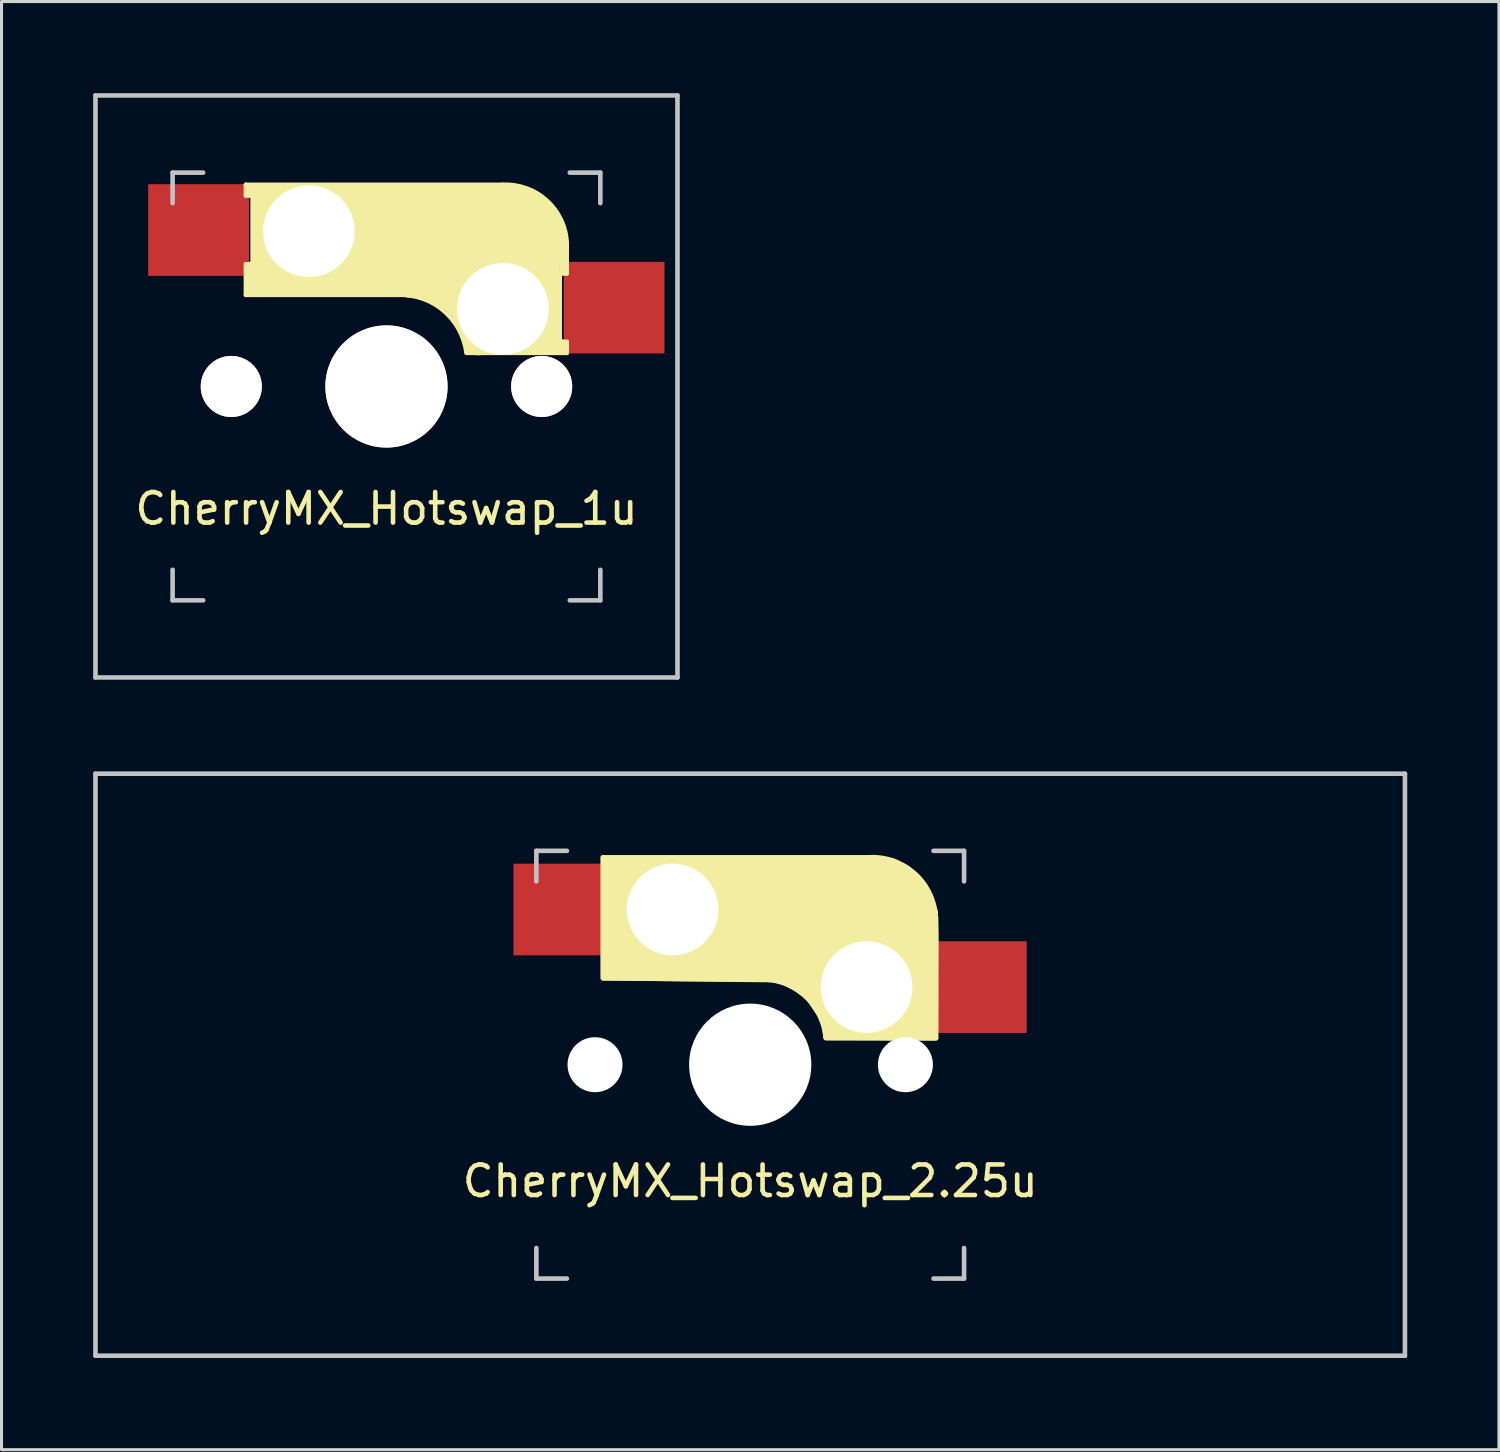
<source format=kicad_pcb>
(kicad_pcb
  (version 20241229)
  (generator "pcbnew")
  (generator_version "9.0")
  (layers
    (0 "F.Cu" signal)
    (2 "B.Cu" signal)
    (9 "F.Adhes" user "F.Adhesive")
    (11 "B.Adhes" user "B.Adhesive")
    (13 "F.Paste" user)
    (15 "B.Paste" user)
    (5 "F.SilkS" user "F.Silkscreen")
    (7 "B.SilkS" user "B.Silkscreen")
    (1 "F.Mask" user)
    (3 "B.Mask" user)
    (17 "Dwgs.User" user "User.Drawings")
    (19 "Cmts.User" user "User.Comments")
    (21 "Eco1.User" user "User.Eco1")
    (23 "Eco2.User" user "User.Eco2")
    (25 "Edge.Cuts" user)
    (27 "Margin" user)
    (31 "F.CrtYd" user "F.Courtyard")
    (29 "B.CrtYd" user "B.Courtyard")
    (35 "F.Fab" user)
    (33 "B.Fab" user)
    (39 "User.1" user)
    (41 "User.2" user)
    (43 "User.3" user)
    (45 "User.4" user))
  (footprint "CherryMX_Hotswap_2.25u"
    (layer "F.Cu")
    (at 21.506 31.8)
    (property "Reference" "CherryMX_Hotswap_2.25u" (at 0 3.81 0) (layer "F.SilkS") (effects (font (size 1 1) (thickness 0.15))))
    (attr smd)
    (fp_line (start -4.82 -6.784) (end -4.82 -2.876) (stroke (width 0.15) (type solid)) (layer "F.SilkS"))
    (fp_line (start 0.23 -2.784) (end -4.82 -2.83) (stroke (width 0.15) (type solid)) (layer "F.SilkS"))
    (fp_line (start 2.47 -0.876) (end 6.08 -0.876) (stroke (width 0.15) (type solid)) (layer "F.SilkS"))
    (fp_line (start 3.805 -6.784) (end -4.82 -6.784) (stroke (width 0.15) (type solid)) (layer "F.SilkS"))
    (fp_line (start 6.08 -0.885) (end 6.08 -4.83) (stroke (width 0.15) (type solid)) (layer "F.SilkS"))
    (fp_arc (start 0.205 -2.78) (mid 1.724361 -2.308061) (end 2.465 -0.9) (stroke (width 0.15) (type solid)) (layer "F.SilkS"))
    (fp_arc (start 3.805 -6.784) (mid 5.327189 -6.31089) (end 6.069 -4.9) (stroke (width 0.15) (type solid)) (layer "F.SilkS"))
    (fp_poly (pts (xy 6.08 -0.86) (xy 2.48 -0.87) (xy 2.42 -1.27) (xy 2.27 -1.62) (xy 1.89 -2.19) (xy 1.48 -2.49) (xy 1.12 -2.68) (xy 0.78 -2.77) (xy -4.82 -2.83) (xy -4.82 -6.78) (xy 4 -6.78) (xy 4.68 -6.68) (xy 5.13 -6.45) (xy 5.52 -6.12) (xy 5.84 -5.65) (xy 6.07 -5.01) (xy 6.09 -4.22)) (stroke (width 0.15) (type solid)) (fill yes) (layer "F.SilkS"))
    (fp_line (start -21.431 -9.525) (end -21.431 9.525) (stroke (width 0.15) (type solid)) (layer "Dwgs.User"))
    (fp_line (start -21.431 9.525) (end 21.431 9.525) (stroke (width 0.15) (type solid)) (layer "Dwgs.User"))
    (fp_line (start -7 -7) (end -6 -7) (stroke (width 0.15) (type solid)) (layer "Dwgs.User"))
    (fp_line (start -7 -6) (end -7 -7) (stroke (width 0.15) (type solid)) (layer "Dwgs.User"))
    (fp_line (start -7 7) (end -7 6) (stroke (width 0.15) (type solid)) (layer "Dwgs.User"))
    (fp_line (start -6 7) (end -7 7) (stroke (width 0.15) (type solid)) (layer "Dwgs.User"))
    (fp_line (start 6 -7) (end 7 -7) (stroke (width 0.15) (type solid)) (layer "Dwgs.User"))
    (fp_line (start 7 -7) (end 7 -6) (stroke (width 0.15) (type solid)) (layer "Dwgs.User"))
    (fp_line (start 7 6) (end 7 7) (stroke (width 0.15) (type solid)) (layer "Dwgs.User"))
    (fp_line (start 7 7) (end 6 7) (stroke (width 0.15) (type solid)) (layer "Dwgs.User"))
    (fp_line (start 21.431 -9.525) (end -21.431 -9.525) (stroke (width 0.15) (type solid)) (layer "Dwgs.User"))
    (fp_line (start 21.431 9.525) (end 21.431 -9.525) (stroke (width 0.15) (type solid)) (layer "Dwgs.User"))
    (pad "" np_thru_hole circle (at -5.08 0) (size 1.8 1.8) (drill 1.8) (layers "*.Cu" "*.Mask"))
    (pad "" np_thru_hole circle (at -2.54 -5.08 180) (size 3 3) (drill 3) (layers "*.Cu" "*.Mask"))
    (pad "" np_thru_hole circle (at 0 0 270) (size 4 4) (drill 4) (layers "*.Cu" "*.Mask"))
    (pad "" np_thru_hole circle (at 3.81 -2.54 180) (size 3 3) (drill 3) (layers "*.Cu" "*.Mask"))
    (pad "" np_thru_hole circle (at 5.08 0) (size 1.8 1.8) (drill 1.8) (layers "*.Cu" "*.Mask"))
    (pad "1" smd rect (at 6.9 -2.54 180) (size 3.3 3) (drill (offset -0.5 0)) (layers "F.Cu" "F.Mask" "F.Paste"))
    (pad "2" smd rect (at -5.6 -5.08 180) (size 3.3 3) (drill (offset 0.5 0)) (layers "F.Cu" "F.Mask" "F.Paste")))
  (footprint "CherryMX_Hotswap_1u"
    (layer "F.Cu")
    (at 9.6 9.6)
    (property "Reference" "CherryMX_Hotswap_1u" (at 0 4 0) (layer "F.SilkS") (effects (font (size 1 1) (thickness 0.15))))
    (attr smd)
    (fp_line (start -4.6 -6.6) (end -4.6 -6.25) (stroke (width 0.15) (type solid)) (layer "F.SilkS"))
    (fp_line (start -4.6 -6.25) (end -4.4 -6.25) (stroke (width 0.15) (type solid)) (layer "F.SilkS"))
    (fp_line (start -4.6 -4) (end -4.6 -3) (stroke (width 0.15) (type solid)) (layer "F.SilkS"))
    (fp_line (start -4.6 -3) (end 0.4 -3) (stroke (width 0.15) (type solid)) (layer "F.SilkS"))
    (fp_line (start -4.4 -4) (end -4.6 -4) (stroke (width 0.15) (type solid)) (layer "F.SilkS"))
    (fp_line (start -4.4 -3.2) (end -4.4 -3.9) (stroke (width 0.4) (type solid)) (layer "F.SilkS"))
    (fp_line (start -4.38 -6.25) (end -4.38 -4) (stroke (width 0.15) (type solid)) (layer "F.SilkS"))
    (fp_line (start -3.9 -3.5) (end -3.9 -6) (stroke (width 1) (type solid)) (layer "F.SilkS"))
    (fp_line (start -3 -6.4) (end -4.4 -6.4) (stroke (width 0.4) (type solid)) (layer "F.SilkS"))
    (fp_line (start -2.9 -3.3) (end -4.3 -3.3) (stroke (width 0.5) (type solid)) (layer "F.SilkS"))
    (fp_line (start 2.62 -1.1) (end 5.9 -1.1) (stroke (width 0.15) (type solid)) (layer "F.SilkS"))
    (fp_line (start 3 -1.3) (end 5.7 -1.3) (stroke (width 0.5) (type solid)) (layer "F.SilkS"))
    (fp_line (start 3.8 -6.6) (end -4.6 -6.6) (stroke (width 0.15) (type solid)) (layer "F.SilkS"))
    (fp_line (start 4.1 -4.8) (end -2.6 -4.8) (stroke (width 3.5) (type solid)) (layer "F.SilkS"))
    (fp_line (start 4.17 -2.86) (end 4.17 -5.1) (stroke (width 3) (type solid)) (layer "F.SilkS"))
    (fp_line (start 5.3 -3.4) (end 5.3 -1.6) (stroke (width 0.8) (type solid)) (layer "F.SilkS"))
    (fp_line (start 5.67 -1.46) (end 5.67 -3.7) (stroke (width 0.15) (type solid)) (layer "F.SilkS"))
    (fp_line (start 5.7 -3.7) (end 5.9 -3.7) (stroke (width 0.15) (type solid)) (layer "F.SilkS"))
    (fp_line (start 5.8 -4.7) (end 5.8 -3.8) (stroke (width 0.3) (type solid)) (layer "F.SilkS"))
    (fp_line (start 5.9 -3.7) (end 5.9 -4.7) (stroke (width 0.15) (type solid)) (layer "F.SilkS"))
    (fp_line (start 5.9 -1.46) (end 5.7 -1.46) (stroke (width 0.15) (type solid)) (layer "F.SilkS"))
    (fp_line (start 5.9 -1.46) (end 5.9 -1.1) (stroke (width 0.15) (type solid)) (layer "F.SilkS"))
    (fp_arc (start 0.4 -3) (mid 1.868709 -2.486118) (end 2.616318 -1.121471) (stroke (width 0.15) (type solid)) (layer "F.SilkS"))
    (fp_arc (start 0.8 -3.4) (mid 2.268709 -2.886118) (end 3.016318 -1.521471) (stroke (width 1) (type solid)) (layer "F.SilkS"))
    (fp_arc (start 3.800001 -6.6) (mid 5.243504 -6.084924) (end 5.9 -4.699999) (stroke (width 0.15) (type solid)) (layer "F.SilkS"))
    (fp_line (start -9.525 -9.525) (end 9.525 -9.525) (stroke (width 0.15) (type solid)) (layer "Dwgs.User"))
    (fp_line (start -9.525 9.525) (end -9.525 -9.525) (stroke (width 0.15) (type solid)) (layer "Dwgs.User"))
    (fp_line (start -7 -6) (end -7 -7) (stroke (width 0.15) (type solid)) (layer "Dwgs.User"))
    (fp_line (start -7 6) (end -7 7) (stroke (width 0.15) (type solid)) (layer "Dwgs.User"))
    (fp_line (start -7 7) (end -6 7) (stroke (width 0.15) (type solid)) (layer "Dwgs.User"))
    (fp_line (start -6 -7) (end -7 -7) (stroke (width 0.15) (type solid)) (layer "Dwgs.User"))
    (fp_line (start 6 -7) (end 7 -7) (stroke (width 0.15) (type solid)) (layer "Dwgs.User"))
    (fp_line (start 6 7) (end 7 7) (stroke (width 0.15) (type solid)) (layer "Dwgs.User"))
    (fp_line (start 7 -7) (end 7 -6) (stroke (width 0.15) (type solid)) (layer "Dwgs.User"))
    (fp_line (start 7 7) (end 7 6) (stroke (width 0.15) (type solid)) (layer "Dwgs.User"))
    (fp_line (start 9.525 -9.525) (end 9.525 9.525) (stroke (width 0.15) (type solid)) (layer "Dwgs.User"))
    (fp_line (start 9.525 9.525) (end -9.525 9.525) (stroke (width 0.15) (type solid)) (layer "Dwgs.User"))
    (pad "" np_thru_hole circle (at -5.08 0) (size 2 2) (drill 2) (layers "*.Cu" "*.Mask" "B.SilkS"))
    (pad "" np_thru_hole circle (at -2.54 -5.08 180) (size 3 3) (drill 3) (layers "*.Cu" "*.Mask"))
    (pad "" np_thru_hole circle (at 0 0 270) (size 4 4) (drill 4) (layers "*.Cu" "*.Mask" "B.SilkS"))
    (pad "" np_thru_hole circle (at 3.81 -2.54 180) (size 3 3) (drill 3) (layers "*.Cu" "*.Mask"))
    (pad "" np_thru_hole circle (at 5.08 0) (size 2 2) (drill 2) (layers "*.Cu" "*.Mask" "B.SilkS"))
    (pad "1" smd rect (at 7 -2.58 180) (size 3.3 3) (drill (offset -0.45 0)) (layers "F.Cu" "F.Mask" "F.Paste"))
    (pad "2" smd rect (at -5.7 -5.12 180) (size 3.3 3) (drill (offset 0.45 0)) (layers "F.Cu" "F.Mask" "F.Paste")))
  (gr_rect
    (start -3 -3)
    (end 46.013 44.4)
    (stroke (width 0.1) (type default))
    (fill no)
    (layer "Edge.Cuts")))
</source>
